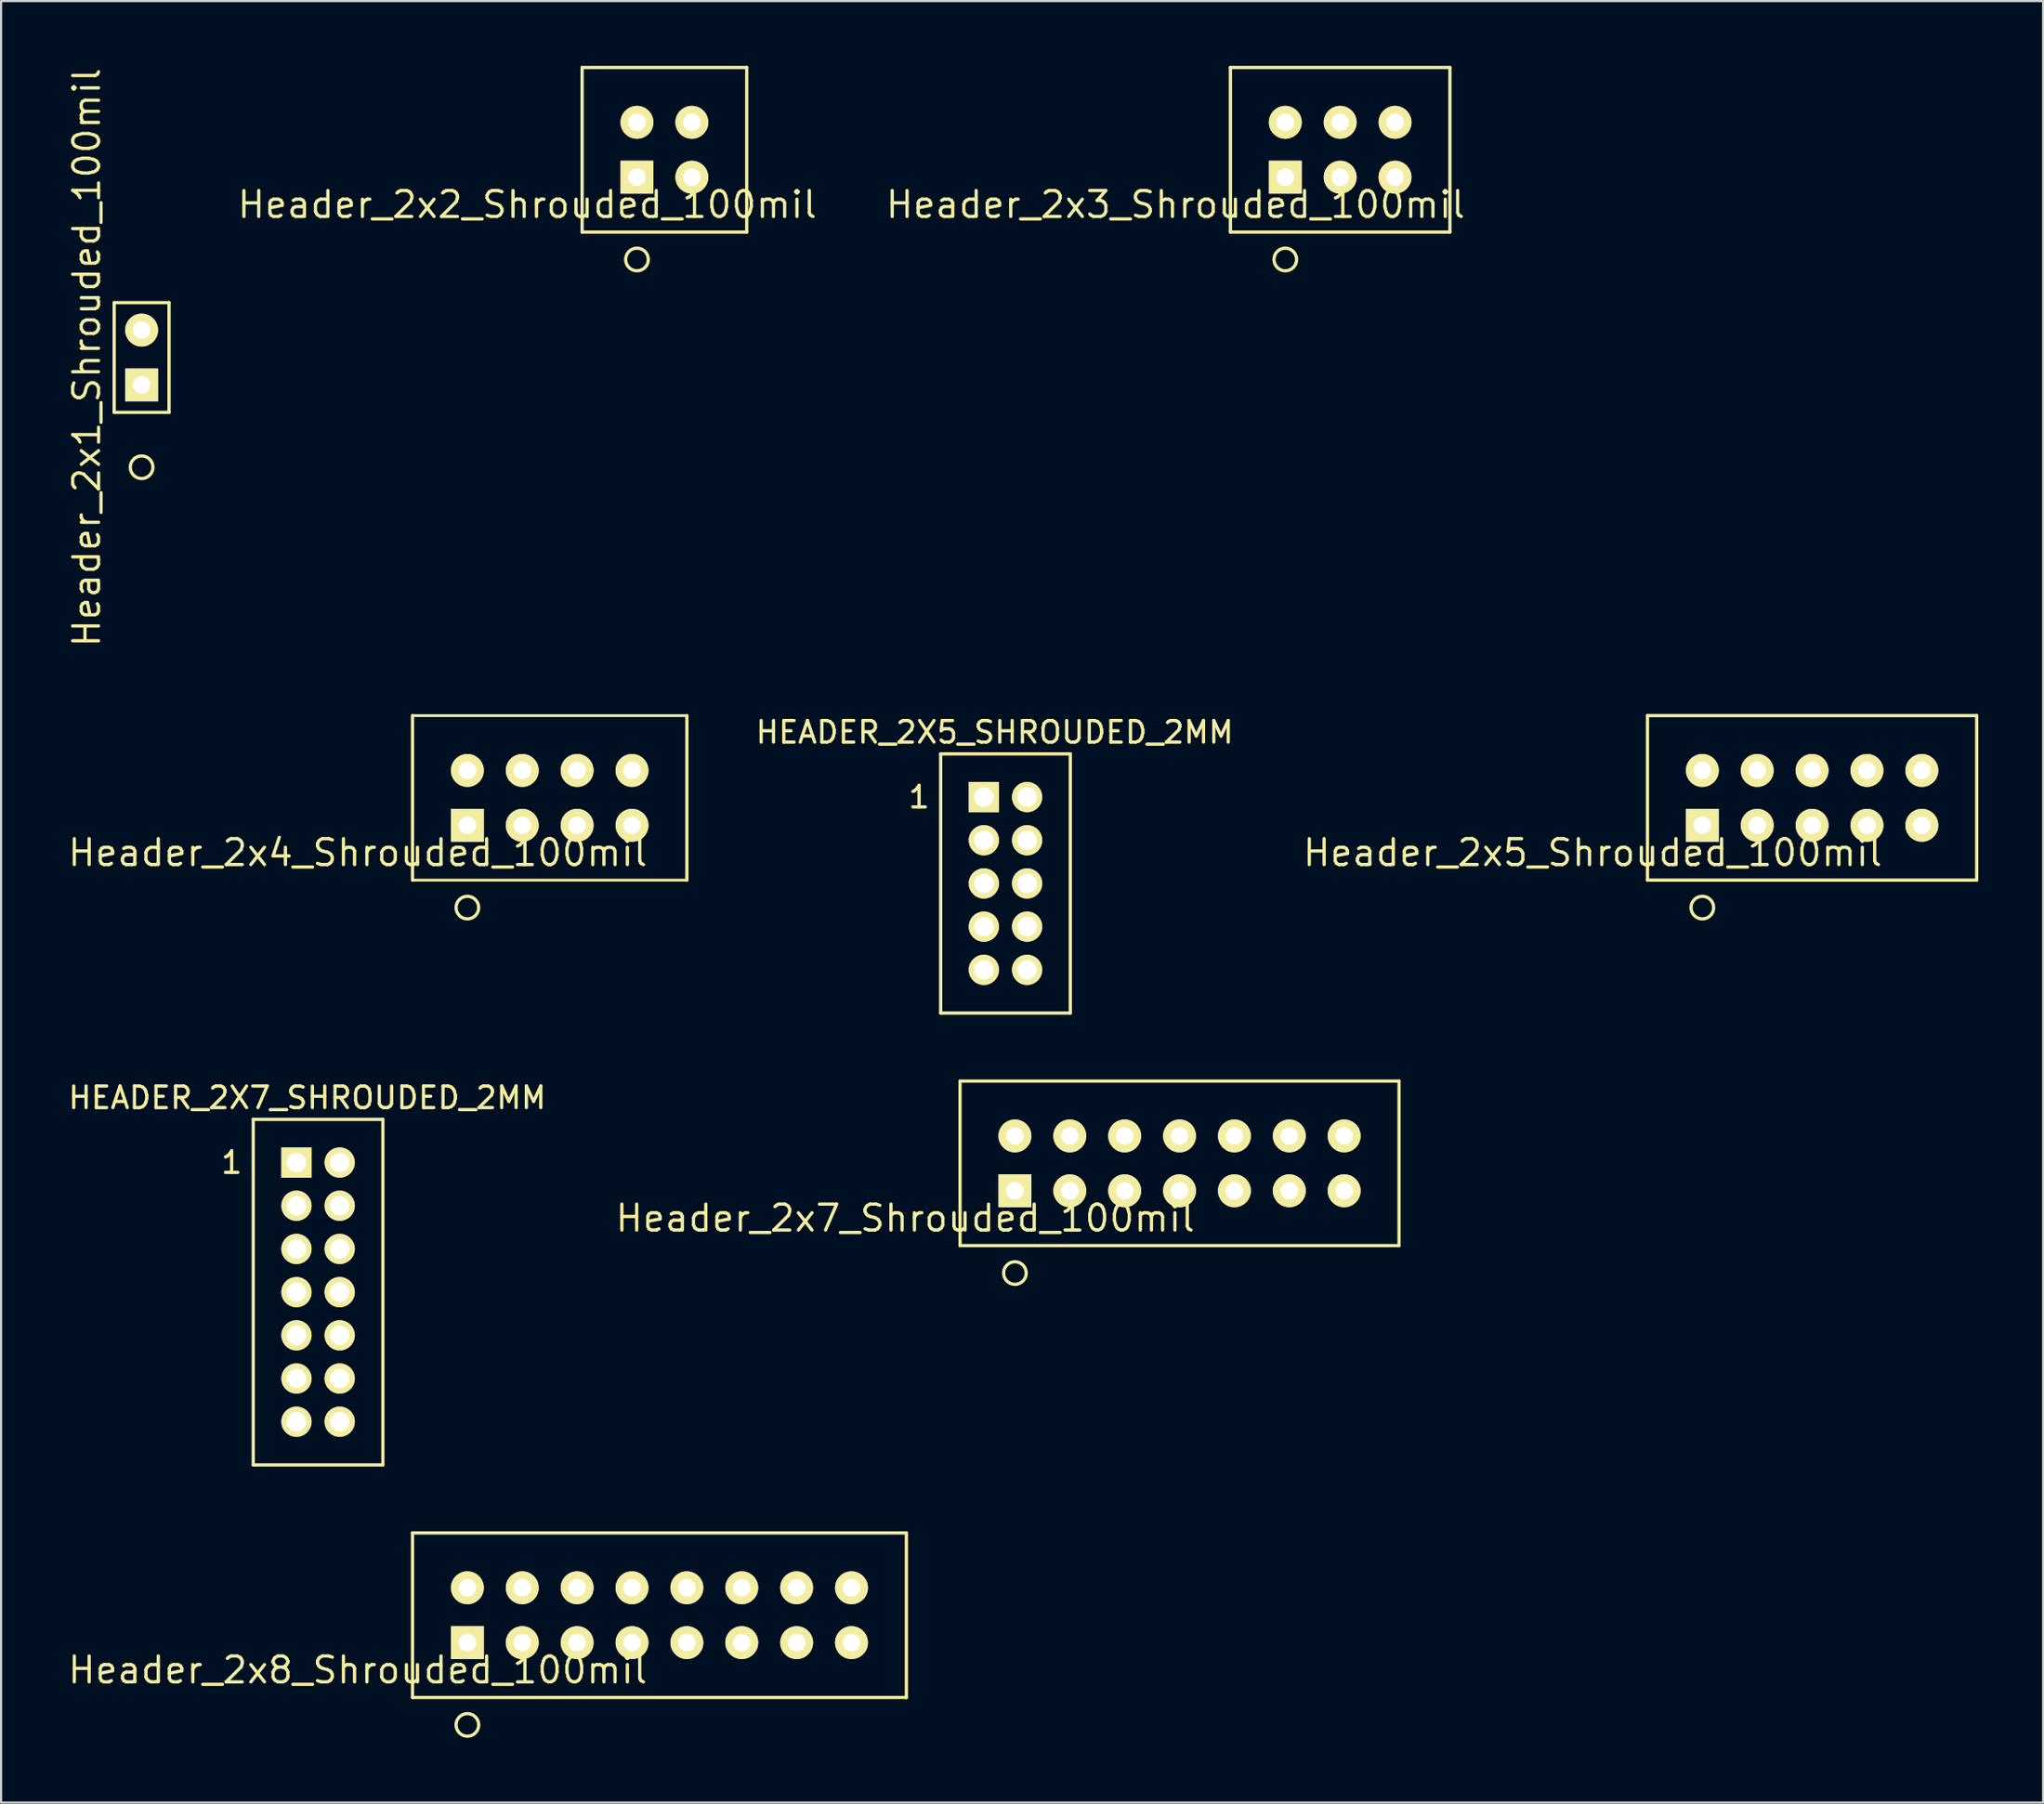
<source format=kicad_pcb>
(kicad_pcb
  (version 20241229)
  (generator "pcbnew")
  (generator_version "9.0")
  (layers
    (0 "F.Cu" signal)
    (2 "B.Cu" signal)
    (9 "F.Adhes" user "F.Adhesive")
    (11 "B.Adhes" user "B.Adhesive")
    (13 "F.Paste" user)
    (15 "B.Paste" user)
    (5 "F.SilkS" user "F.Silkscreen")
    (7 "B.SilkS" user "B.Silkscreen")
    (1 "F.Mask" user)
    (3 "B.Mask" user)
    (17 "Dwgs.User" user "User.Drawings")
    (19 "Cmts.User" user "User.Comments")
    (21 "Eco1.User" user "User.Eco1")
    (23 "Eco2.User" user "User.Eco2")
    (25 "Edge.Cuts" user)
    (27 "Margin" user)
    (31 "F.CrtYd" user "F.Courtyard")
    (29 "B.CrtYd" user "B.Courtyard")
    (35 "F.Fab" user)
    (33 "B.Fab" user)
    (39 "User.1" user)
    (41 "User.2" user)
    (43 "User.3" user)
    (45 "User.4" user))
  (footprint "Header_2x8_Shrouded_100mil"
    (layer "F.Cu")
    (at 18.585 73.011)
    (property "Reference" "Header_2x8_Shrouded_100mil" (at -5.08 1.27 180) (layer "F.SilkS") (effects (font (size 1.2 1.2) (thickness 0.15))))
    (attr through_hole)
    (fp_line (start -2.54 -5.08) (end -2.54 2.54) (stroke (width 0.15) (type solid)) (layer "F.SilkS"))
    (fp_line (start -2.54 2.54) (end 20.32 2.54) (stroke (width 0.15) (type solid)) (layer "F.SilkS"))
    (fp_line (start 20.32 -5.08) (end -2.54 -5.08) (stroke (width 0.15) (type solid)) (layer "F.SilkS"))
    (fp_line (start 20.32 -5.08) (end 20.32 2.54) (stroke (width 0.15) (type solid)) (layer "F.SilkS"))
    (fp_circle (center 0 3.81) (end 0.508 3.937) (stroke (width 0.15) (type solid)) (fill no) (layer "F.SilkS"))
    (pad "1" thru_hole rect (at 0 0) (size 1.524 1.524) (drill 0.813) (layers "*.Cu" "*.Mask" "F.SilkS"))
    (pad "2" thru_hole circle (at 0 -2.54) (size 1.524 1.524) (drill 0.813) (layers "*.Cu" "*.Mask" "F.SilkS"))
    (pad "3" thru_hole circle (at 2.54 0) (size 1.524 1.524) (drill 0.813) (layers "*.Cu" "*.Mask" "F.SilkS"))
    (pad "4" thru_hole circle (at 2.54 -2.54) (size 1.524 1.524) (drill 0.813) (layers "*.Cu" "*.Mask" "F.SilkS"))
    (pad "5" thru_hole circle (at 5.08 0) (size 1.524 1.524) (drill 0.813) (layers "*.Cu" "*.Mask" "F.SilkS"))
    (pad "6" thru_hole circle (at 5.08 -2.54) (size 1.524 1.524) (drill 0.813) (layers "*.Cu" "*.Mask" "F.SilkS"))
    (pad "7" thru_hole circle (at 7.62 0) (size 1.524 1.524) (drill 0.813) (layers "*.Cu" "*.Mask" "F.SilkS"))
    (pad "8" thru_hole circle (at 7.62 -2.54) (size 1.524 1.524) (drill 0.813) (layers "*.Cu" "*.Mask" "F.SilkS"))
    (pad "9" thru_hole circle (at 10.16 0) (size 1.524 1.524) (drill 0.813) (layers "*.Cu" "*.Mask" "F.SilkS"))
    (pad "10" thru_hole circle (at 10.16 -2.54) (size 1.524 1.524) (drill 0.813) (layers "*.Cu" "*.Mask" "F.SilkS"))
    (pad "11" thru_hole circle (at 12.7 0) (size 1.524 1.524) (drill 0.813) (layers "*.Cu" "*.Mask" "F.SilkS"))
    (pad "12" thru_hole circle (at 12.7 -2.54) (size 1.524 1.524) (drill 0.813) (layers "*.Cu" "*.Mask" "F.SilkS"))
    (pad "13" thru_hole circle (at 15.24 0) (size 1.524 1.524) (drill 0.813) (layers "*.Cu" "*.Mask" "F.SilkS"))
    (pad "14" thru_hole circle (at 15.24 -2.54) (size 1.524 1.524) (drill 0.813) (layers "*.Cu" "*.Mask" "F.SilkS"))
    (pad "15" thru_hole circle (at 17.78 0) (size 1.524 1.524) (drill 0.813) (layers "*.Cu" "*.Mask" "F.SilkS"))
    (pad "16" thru_hole circle (at 17.78 -2.54) (size 1.524 1.524) (drill 0.813) (layers "*.Cu" "*.Mask" "F.SilkS")))
  (footprint "Header_2x5_Shrouded_100mil"
    (layer "F.Cu")
    (at 75.75 35.165)
    (property "Reference" "Header_2x5_Shrouded_100mil" (at -5.08 1.27 180) (layer "F.SilkS") (effects (font (size 1.2 1.2) (thickness 0.15))))
    (attr through_hole)
    (fp_line (start -2.54 -5.08) (end -2.54 2.54) (stroke (width 0.15) (type solid)) (layer "F.SilkS"))
    (fp_line (start -2.54 2.54) (end 12.7 2.54) (stroke (width 0.15) (type solid)) (layer "F.SilkS"))
    (fp_line (start 12.7 -5.08) (end -2.54 -5.08) (stroke (width 0.15) (type solid)) (layer "F.SilkS"))
    (fp_line (start 12.7 -5.08) (end 12.7 2.54) (stroke (width 0.15) (type solid)) (layer "F.SilkS"))
    (fp_circle (center 0 3.81) (end 0.508 3.937) (stroke (width 0.15) (type solid)) (fill no) (layer "F.SilkS"))
    (pad "1" thru_hole rect (at 0 0) (size 1.524 1.524) (drill 0.813) (layers "*.Cu" "*.Mask" "F.SilkS"))
    (pad "2" thru_hole circle (at 0 -2.54) (size 1.524 1.524) (drill 0.813) (layers "*.Cu" "*.Mask" "F.SilkS"))
    (pad "3" thru_hole circle (at 2.54 0) (size 1.524 1.524) (drill 0.813) (layers "*.Cu" "*.Mask" "F.SilkS"))
    (pad "4" thru_hole circle (at 2.54 -2.54) (size 1.524 1.524) (drill 0.813) (layers "*.Cu" "*.Mask" "F.SilkS"))
    (pad "5" thru_hole circle (at 5.08 0) (size 1.524 1.524) (drill 0.813) (layers "*.Cu" "*.Mask" "F.SilkS"))
    (pad "6" thru_hole circle (at 5.08 -2.54) (size 1.524 1.524) (drill 0.813) (layers "*.Cu" "*.Mask" "F.SilkS"))
    (pad "7" thru_hole circle (at 7.62 0) (size 1.524 1.524) (drill 0.813) (layers "*.Cu" "*.Mask" "F.SilkS"))
    (pad "8" thru_hole circle (at 7.62 -2.54) (size 1.524 1.524) (drill 0.813) (layers "*.Cu" "*.Mask" "F.SilkS"))
    (pad "9" thru_hole circle (at 10.16 0) (size 1.524 1.524) (drill 0.813) (layers "*.Cu" "*.Mask" "F.SilkS"))
    (pad "10" thru_hole circle (at 10.16 -2.54) (size 1.524 1.524) (drill 0.813) (layers "*.Cu" "*.Mask" "F.SilkS")))
  (footprint "Header_2x2_Shrouded_100mil"
    (layer "F.Cu")
    (at 26.435 5.155)
    (property "Reference" "Header_2x2_Shrouded_100mil" (at -5.08 1.27 180) (layer "F.SilkS") (effects (font (size 1.2 1.2) (thickness 0.15))))
    (attr through_hole)
    (fp_line (start -2.54 -5.08) (end -2.54 2.54) (stroke (width 0.15) (type solid)) (layer "F.SilkS"))
    (fp_line (start -2.54 2.54) (end 5.08 2.54) (stroke (width 0.15) (type solid)) (layer "F.SilkS"))
    (fp_line (start 5.08 -5.08) (end -2.54 -5.08) (stroke (width 0.15) (type solid)) (layer "F.SilkS"))
    (fp_line (start 5.08 -5.08) (end 5.08 2.54) (stroke (width 0.15) (type solid)) (layer "F.SilkS"))
    (fp_circle (center 0 3.81) (end 0.508 3.937) (stroke (width 0.15) (type solid)) (fill no) (layer "F.SilkS"))
    (pad "1" thru_hole rect (at 0 0) (size 1.524 1.524) (drill 0.813) (layers "*.Cu" "*.Mask" "F.SilkS"))
    (pad "2" thru_hole circle (at 0 -2.54) (size 1.524 1.524) (drill 0.813) (layers "*.Cu" "*.Mask" "F.SilkS"))
    (pad "3" thru_hole circle (at 2.54 0) (size 1.524 1.524) (drill 0.813) (layers "*.Cu" "*.Mask" "F.SilkS"))
    (pad "4" thru_hole circle (at 2.54 -2.54) (size 1.524 1.524) (drill 0.813) (layers "*.Cu" "*.Mask" "F.SilkS")))
  (footprint "HEADER_2X7_SHROUDED_2MM"
    (layer "F.Cu")
    (at 10.673 50.781)
    (property "Reference" "HEADER_2X7_SHROUDED_2MM" (at 0.5 -3 0) (layer "F.SilkS") (effects (font (size 1 1) (thickness 0.15))))
    (attr through_hole)
    (fp_line (start -2 -2) (end -2 14) (stroke (width 0.15) (type solid)) (layer "F.SilkS"))
    (fp_line (start -2 -2) (end 4 -2) (stroke (width 0.15) (type solid)) (layer "F.SilkS"))
    (fp_line (start 4 -2) (end 4 14) (stroke (width 0.15) (type solid)) (layer "F.SilkS"))
    (fp_line (start 4 14) (end -2 14) (stroke (width 0.15) (type solid)) (layer "F.SilkS"))
    (fp_text user "1" (at -3 0 0) (layer "F.SilkS") (effects (font (size 1 1) (thickness 0.15))))
    (pad "1" thru_hole rect (at 0 0) (size 1.4 1.4) (drill 0.9) (layers "*.Cu" "*.Mask" "F.SilkS"))
    (pad "2" thru_hole circle (at 2 0) (size 1.4 1.4) (drill 0.9) (layers "*.Cu" "*.Mask" "F.SilkS"))
    (pad "3" thru_hole circle (at 0 2) (size 1.4 1.4) (drill 0.9) (layers "*.Cu" "*.Mask" "F.SilkS"))
    (pad "4" thru_hole circle (at 2 2) (size 1.4 1.4) (drill 0.9) (layers "*.Cu" "*.Mask" "F.SilkS"))
    (pad "5" thru_hole circle (at 0 4) (size 1.4 1.4) (drill 0.9) (layers "*.Cu" "*.Mask" "F.SilkS"))
    (pad "6" thru_hole circle (at 2 4) (size 1.4 1.4) (drill 0.9) (layers "*.Cu" "*.Mask" "F.SilkS"))
    (pad "7" thru_hole circle (at 0 6) (size 1.4 1.4) (drill 0.9) (layers "*.Cu" "*.Mask" "F.SilkS"))
    (pad "8" thru_hole circle (at 2 6) (size 1.4 1.4) (drill 0.9) (layers "*.Cu" "*.Mask" "F.SilkS"))
    (pad "9" thru_hole circle (at 0 8) (size 1.4 1.4) (drill 0.9) (layers "*.Cu" "*.Mask" "F.SilkS"))
    (pad "10" thru_hole circle (at 2 8) (size 1.4 1.4) (drill 0.9) (layers "*.Cu" "*.Mask" "F.SilkS"))
    (pad "11" thru_hole circle (at 0 10) (size 1.4 1.4) (drill 0.9) (layers "*.Cu" "*.Mask" "F.SilkS"))
    (pad "12" thru_hole circle (at 2 10) (size 1.4 1.4) (drill 0.9) (layers "*.Cu" "*.Mask" "F.SilkS"))
    (pad "13" thru_hole circle (at 0 12) (size 1.4 1.4) (drill 0.9) (layers "*.Cu" "*.Mask" "F.SilkS"))
    (pad "14" thru_hole circle (at 2 12) (size 1.4 1.4) (drill 0.9) (layers "*.Cu" "*.Mask" "F.SilkS")))
  (footprint "HEADER_2X5_SHROUDED_2MM"
    (layer "F.Cu")
    (at 42.493 33.858)
    (property "Reference" "HEADER_2X5_SHROUDED_2MM" (at 0.5 -3 0) (layer "F.SilkS") (effects (font (size 1 1) (thickness 0.15))))
    (attr through_hole)
    (fp_line (start -2 -2) (end -2 10) (stroke (width 0.15) (type solid)) (layer "F.SilkS"))
    (fp_line (start -2 -2) (end 4 -2) (stroke (width 0.15) (type solid)) (layer "F.SilkS"))
    (fp_line (start 4 10) (end -2 10) (stroke (width 0.15) (type solid)) (layer "F.SilkS"))
    (fp_line (start 4 10) (end 4 -2) (stroke (width 0.15) (type solid)) (layer "F.SilkS"))
    (fp_text user "1" (at -3 0 0) (layer "F.SilkS") (effects (font (size 1 1) (thickness 0.15))))
    (pad "1" thru_hole rect (at 0 0) (size 1.4 1.4) (drill 0.9) (layers "*.Cu" "*.Mask" "F.SilkS"))
    (pad "2" thru_hole circle (at 2 0) (size 1.4 1.4) (drill 0.9) (layers "*.Cu" "*.Mask" "F.SilkS"))
    (pad "3" thru_hole circle (at 0 2) (size 1.4 1.4) (drill 0.9) (layers "*.Cu" "*.Mask" "F.SilkS"))
    (pad "4" thru_hole circle (at 2 2) (size 1.4 1.4) (drill 0.9) (layers "*.Cu" "*.Mask" "F.SilkS"))
    (pad "5" thru_hole circle (at 0 4) (size 1.4 1.4) (drill 0.9) (layers "*.Cu" "*.Mask" "F.SilkS"))
    (pad "6" thru_hole circle (at 2 4) (size 1.4 1.4) (drill 0.9) (layers "*.Cu" "*.Mask" "F.SilkS"))
    (pad "7" thru_hole circle (at 0 6) (size 1.4 1.4) (drill 0.9) (layers "*.Cu" "*.Mask" "F.SilkS"))
    (pad "8" thru_hole circle (at 2 6) (size 1.4 1.4) (drill 0.9) (layers "*.Cu" "*.Mask" "F.SilkS"))
    (pad "9" thru_hole circle (at 0 8) (size 1.4 1.4) (drill 0.9) (layers "*.Cu" "*.Mask" "F.SilkS"))
    (pad "10" thru_hole circle (at 2 8) (size 1.4 1.4) (drill 0.9) (layers "*.Cu" "*.Mask" "F.SilkS")))
  (footprint "Header_2x7_Shrouded_100mil"
    (layer "F.Cu")
    (at 43.93 52.088)
    (property "Reference" "Header_2x7_Shrouded_100mil" (at -5.08 1.27 180) (layer "F.SilkS") (effects (font (size 1.2 1.2) (thickness 0.15))))
    (attr through_hole)
    (fp_line (start -2.54 -5.08) (end -2.54 2.54) (stroke (width 0.15) (type solid)) (layer "F.SilkS"))
    (fp_line (start -2.54 2.54) (end 17.78 2.54) (stroke (width 0.15) (type solid)) (layer "F.SilkS"))
    (fp_line (start 17.78 -5.08) (end -2.54 -5.08) (stroke (width 0.15) (type solid)) (layer "F.SilkS"))
    (fp_line (start 17.78 -5.08) (end 17.78 2.54) (stroke (width 0.15) (type solid)) (layer "F.SilkS"))
    (fp_circle (center 0 3.81) (end 0.508 3.937) (stroke (width 0.15) (type solid)) (fill no) (layer "F.SilkS"))
    (pad "1" thru_hole rect (at 0 0) (size 1.524 1.524) (drill 0.813) (layers "*.Cu" "*.Mask" "F.SilkS"))
    (pad "2" thru_hole circle (at 0 -2.54) (size 1.524 1.524) (drill 0.813) (layers "*.Cu" "*.Mask" "F.SilkS"))
    (pad "3" thru_hole circle (at 2.54 0) (size 1.524 1.524) (drill 0.813) (layers "*.Cu" "*.Mask" "F.SilkS"))
    (pad "4" thru_hole circle (at 2.54 -2.54) (size 1.524 1.524) (drill 0.813) (layers "*.Cu" "*.Mask" "F.SilkS"))
    (pad "5" thru_hole circle (at 5.08 0) (size 1.524 1.524) (drill 0.813) (layers "*.Cu" "*.Mask" "F.SilkS"))
    (pad "6" thru_hole circle (at 5.08 -2.54) (size 1.524 1.524) (drill 0.813) (layers "*.Cu" "*.Mask" "F.SilkS"))
    (pad "7" thru_hole circle (at 7.62 0) (size 1.524 1.524) (drill 0.813) (layers "*.Cu" "*.Mask" "F.SilkS"))
    (pad "8" thru_hole circle (at 7.62 -2.54) (size 1.524 1.524) (drill 0.813) (layers "*.Cu" "*.Mask" "F.SilkS"))
    (pad "9" thru_hole circle (at 10.16 0) (size 1.524 1.524) (drill 0.813) (layers "*.Cu" "*.Mask" "F.SilkS"))
    (pad "10" thru_hole circle (at 10.16 -2.54) (size 1.524 1.524) (drill 0.813) (layers "*.Cu" "*.Mask" "F.SilkS"))
    (pad "11" thru_hole circle (at 12.7 0) (size 1.524 1.524) (drill 0.813) (layers "*.Cu" "*.Mask" "F.SilkS"))
    (pad "12" thru_hole circle (at 12.7 -2.54) (size 1.524 1.524) (drill 0.813) (layers "*.Cu" "*.Mask" "F.SilkS"))
    (pad "13" thru_hole circle (at 15.24 0) (size 1.524 1.524) (drill 0.813) (layers "*.Cu" "*.Mask" "F.SilkS"))
    (pad "14" thru_hole circle (at 15.24 -2.54) (size 1.524 1.524) (drill 0.813) (layers "*.Cu" "*.Mask" "F.SilkS")))
  (footprint "Header_2x1_Shrouded_100mil"
    (layer "F.Cu")
    (at 3.505 14.775)
    (property "Reference" "Header_2x1_Shrouded_100mil" (at -2.54 -1.27 270) (layer "F.SilkS") (effects (font (size 1.2 1.2) (thickness 0.15))))
    (attr through_hole)
    (fp_line (start -1.27 -3.81) (end 1.27 -3.81) (stroke (width 0.15) (type solid)) (layer "F.SilkS"))
    (fp_line (start -1.27 1.27) (end -1.27 -3.81) (stroke (width 0.15) (type solid)) (layer "F.SilkS"))
    (fp_line (start 1.27 -3.81) (end 1.27 1.27) (stroke (width 0.15) (type solid)) (layer "F.SilkS"))
    (fp_line (start 1.27 1.27) (end -1.27 1.27) (stroke (width 0.15) (type solid)) (layer "F.SilkS"))
    (fp_circle (center 0 3.81) (end 0.508 3.937) (stroke (width 0.15) (type solid)) (fill no) (layer "F.SilkS"))
    (pad "1" thru_hole rect (at 0 0) (size 1.524 1.524) (drill 0.813) (layers "*.Cu" "*.Mask" "F.SilkS"))
    (pad "2" thru_hole circle (at 0 -2.54) (size 1.524 1.524) (drill 0.813) (layers "*.Cu" "*.Mask" "F.SilkS")))
  (footprint "Header_2x3_Shrouded_100mil"
    (layer "F.Cu")
    (at 56.445 5.155)
    (property "Reference" "Header_2x3_Shrouded_100mil" (at -5.08 1.27 180) (layer "F.SilkS") (effects (font (size 1.2 1.2) (thickness 0.15))))
    (attr through_hole)
    (fp_line (start -2.54 -5.08) (end -2.54 2.54) (stroke (width 0.15) (type solid)) (layer "F.SilkS"))
    (fp_line (start -2.54 -5.08) (end 7.62 -5.08) (stroke (width 0.15) (type solid)) (layer "F.SilkS"))
    (fp_line (start 7.62 -5.08) (end 7.62 2.54) (stroke (width 0.15) (type solid)) (layer "F.SilkS"))
    (fp_line (start 7.62 2.54) (end -2.54 2.54) (stroke (width 0.15) (type solid)) (layer "F.SilkS"))
    (fp_circle (center 0 3.81) (end 0.508 3.937) (stroke (width 0.15) (type solid)) (fill no) (layer "F.SilkS"))
    (pad "1" thru_hole rect (at 0 0) (size 1.524 1.524) (drill 0.813) (layers "*.Cu" "*.Mask" "F.SilkS"))
    (pad "2" thru_hole circle (at 0 -2.54) (size 1.524 1.524) (drill 0.813) (layers "*.Cu" "*.Mask" "F.SilkS"))
    (pad "3" thru_hole circle (at 2.54 0) (size 1.524 1.524) (drill 0.813) (layers "*.Cu" "*.Mask" "F.SilkS"))
    (pad "4" thru_hole circle (at 2.54 -2.54) (size 1.524 1.524) (drill 0.813) (layers "*.Cu" "*.Mask" "F.SilkS"))
    (pad "5" thru_hole circle (at 5.08 0) (size 1.524 1.524) (drill 0.813) (layers "*.Cu" "*.Mask" "F.SilkS"))
    (pad "6" thru_hole circle (at 5.08 -2.54) (size 1.524 1.524) (drill 0.813) (layers "*.Cu" "*.Mask" "F.SilkS")))
  (footprint "Header_2x4_Shrouded_100mil"
    (layer "F.Cu")
    (at 18.585 35.165)
    (property "Reference" "Header_2x4_Shrouded_100mil" (at -5.08 1.27 180) (layer "F.SilkS") (effects (font (size 1.2 1.2) (thickness 0.15))))
    (attr through_hole)
    (fp_line (start -2.54 -5.08) (end -2.54 2.54) (stroke (width 0.15) (type solid)) (layer "F.SilkS"))
    (fp_line (start 10.16 -5.08) (end -2.54 -5.08) (stroke (width 0.127) (type solid)) (layer "F.SilkS"))
    (fp_line (start 10.16 -5.08) (end 10.16 2.54) (stroke (width 0.15) (type solid)) (layer "F.SilkS"))
    (fp_line (start 10.16 2.54) (end -2.54 2.54) (stroke (width 0.127) (type solid)) (layer "F.SilkS"))
    (fp_circle (center 0 3.81) (end 0.508 3.937) (stroke (width 0.15) (type solid)) (fill no) (layer "F.SilkS"))
    (pad "1" thru_hole rect (at 0 0) (size 1.524 1.524) (drill 0.813) (layers "*.Cu" "*.Mask" "F.SilkS"))
    (pad "2" thru_hole circle (at 0 -2.54) (size 1.524 1.524) (drill 0.813) (layers "*.Cu" "*.Mask" "F.SilkS"))
    (pad "3" thru_hole circle (at 2.54 0) (size 1.524 1.524) (drill 0.813) (layers "*.Cu" "*.Mask" "F.SilkS"))
    (pad "4" thru_hole circle (at 2.54 -2.54) (size 1.524 1.524) (drill 0.813) (layers "*.Cu" "*.Mask" "F.SilkS"))
    (pad "5" thru_hole circle (at 5.08 0) (size 1.524 1.524) (drill 0.813) (layers "*.Cu" "*.Mask" "F.SilkS"))
    (pad "6" thru_hole circle (at 5.08 -2.54) (size 1.524 1.524) (drill 0.813) (layers "*.Cu" "*.Mask" "F.SilkS"))
    (pad "7" thru_hole circle (at 7.62 0) (size 1.524 1.524) (drill 0.813) (layers "*.Cu" "*.Mask" "F.SilkS"))
    (pad "8" thru_hole circle (at 7.62 -2.54) (size 1.524 1.524) (drill 0.813) (layers "*.Cu" "*.Mask" "F.SilkS")))
  (gr_rect
    (start -3 -3)
    (end 91.525 80.42)
    (stroke (width 0.1) (type default))
    (fill no)
    (layer "Edge.Cuts")))
</source>
